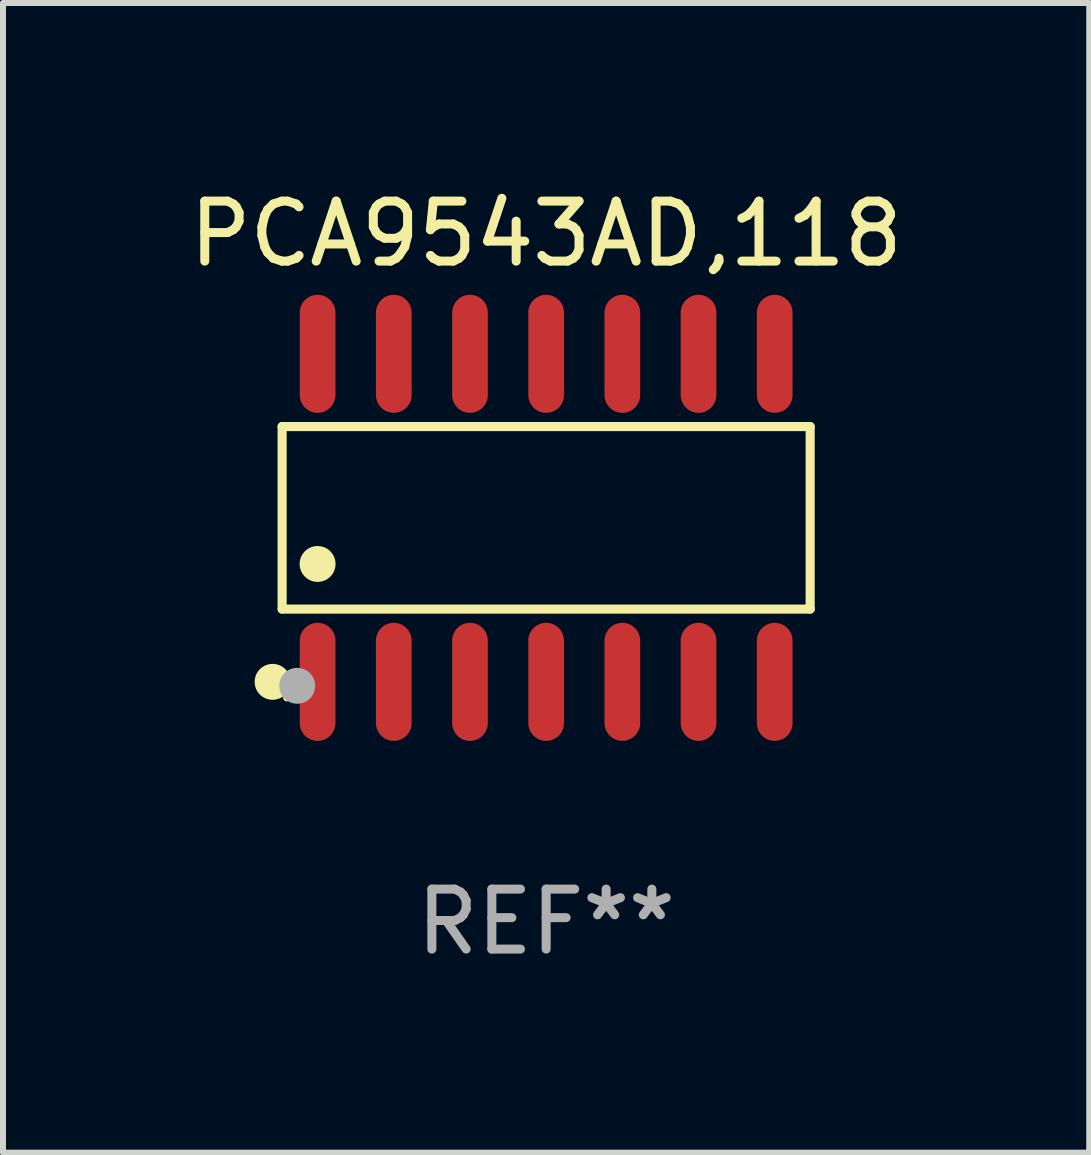
<source format=kicad_pcb>
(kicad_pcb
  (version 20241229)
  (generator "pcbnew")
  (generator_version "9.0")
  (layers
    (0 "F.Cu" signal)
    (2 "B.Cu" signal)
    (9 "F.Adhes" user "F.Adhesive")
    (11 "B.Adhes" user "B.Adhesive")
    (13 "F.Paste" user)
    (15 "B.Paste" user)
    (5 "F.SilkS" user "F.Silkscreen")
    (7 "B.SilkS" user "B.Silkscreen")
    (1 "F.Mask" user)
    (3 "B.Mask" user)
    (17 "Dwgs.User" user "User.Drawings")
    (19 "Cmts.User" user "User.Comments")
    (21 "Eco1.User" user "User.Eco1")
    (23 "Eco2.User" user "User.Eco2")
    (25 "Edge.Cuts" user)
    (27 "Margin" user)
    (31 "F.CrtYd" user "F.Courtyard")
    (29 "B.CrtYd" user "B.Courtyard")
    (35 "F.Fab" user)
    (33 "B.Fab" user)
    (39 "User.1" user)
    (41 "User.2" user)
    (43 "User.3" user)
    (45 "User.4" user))
  (footprint "PCA9543AD,118"
    (layer "F.Cu")
    (at 6.054 5.582)
    (property "Reference" "PCA9543AD,118" (at 0 -4.734 0) (layer "F.SilkS") (effects (font (size 1 1) (thickness 0.15))))
    (attr through_hole)
    (fp_line (start -4.401 -1.521) (end 4.401 -1.521) (stroke (width 0.152) (type solid)) (layer "F.SilkS"))
    (fp_line (start -4.401 1.521) (end -4.401 -1.521) (stroke (width 0.152) (type solid)) (layer "F.SilkS"))
    (fp_line (start 4.401 -1.521) (end 4.401 1.521) (stroke (width 0.152) (type solid)) (layer "F.SilkS"))
    (fp_line (start 4.401 1.521) (end -4.401 1.521) (stroke (width 0.152) (type solid)) (layer "F.SilkS"))
    (fp_circle (center -4.56 2.734) (end -4.41 2.734) (stroke (width 0.3) (type solid)) (fill no) (layer "F.SilkS"))
    (fp_circle (center -4.325 3) (end -4.295 3) (stroke (width 0.06) (type solid)) (fill no) (layer "F.SilkS"))
    (fp_circle (center -3.81 0.769) (end -3.66 0.769) (stroke (width 0.3) (type solid)) (fill no) (layer "F.SilkS"))
    (fp_circle (center -4.15 2.8) (end -4 2.8) (stroke (width 0.3) (type solid)) (fill no) (layer "F.Fab"))
    (fp_text user "REF**" (at 0 6.734 0) (layer "F.Fab") (effects (font (size 1 1) (thickness 0.15))))
    (pad "1" smd oval (at -3.81 2.734) (size 0.595 1.968) (layers "F.Cu" "F.Mask" "F.Paste"))
    (pad "2" smd oval (at -2.54 2.734) (size 0.595 1.968) (layers "F.Cu" "F.Mask" "F.Paste"))
    (pad "3" smd oval (at -1.27 2.734) (size 0.595 1.968) (layers "F.Cu" "F.Mask" "F.Paste"))
    (pad "4" smd oval (at 0 2.734) (size 0.595 1.968) (layers "F.Cu" "F.Mask" "F.Paste"))
    (pad "5" smd oval (at 1.27 2.734) (size 0.595 1.968) (layers "F.Cu" "F.Mask" "F.Paste"))
    (pad "6" smd oval (at 2.54 2.734) (size 0.595 1.968) (layers "F.Cu" "F.Mask" "F.Paste"))
    (pad "7" smd oval (at 3.81 2.734) (size 0.595 1.968) (layers "F.Cu" "F.Mask" "F.Paste"))
    (pad "8" smd oval (at 3.81 -2.734) (size 0.595 1.968) (layers "F.Cu" "F.Mask" "F.Paste"))
    (pad "9" smd oval (at 2.54 -2.734) (size 0.595 1.968) (layers "F.Cu" "F.Mask" "F.Paste"))
    (pad "10" smd oval (at 1.27 -2.734) (size 0.595 1.968) (layers "F.Cu" "F.Mask" "F.Paste"))
    (pad "11" smd oval (at 0 -2.734) (size 0.595 1.968) (layers "F.Cu" "F.Mask" "F.Paste"))
    (pad "12" smd oval (at -1.27 -2.734) (size 0.595 1.968) (layers "F.Cu" "F.Mask" "F.Paste"))
    (pad "13" smd oval (at -2.54 -2.734) (size 0.595 1.968) (layers "F.Cu" "F.Mask" "F.Paste"))
    (pad "14" smd oval (at -3.81 -2.734) (size 0.595 1.968) (layers "F.Cu" "F.Mask" "F.Paste")))
  (gr_rect
    (start -3 -3)
    (end 15.107 16.164)
    (stroke (width 0.1) (type default))
    (fill no)
    (layer "Edge.Cuts")))
</source>
